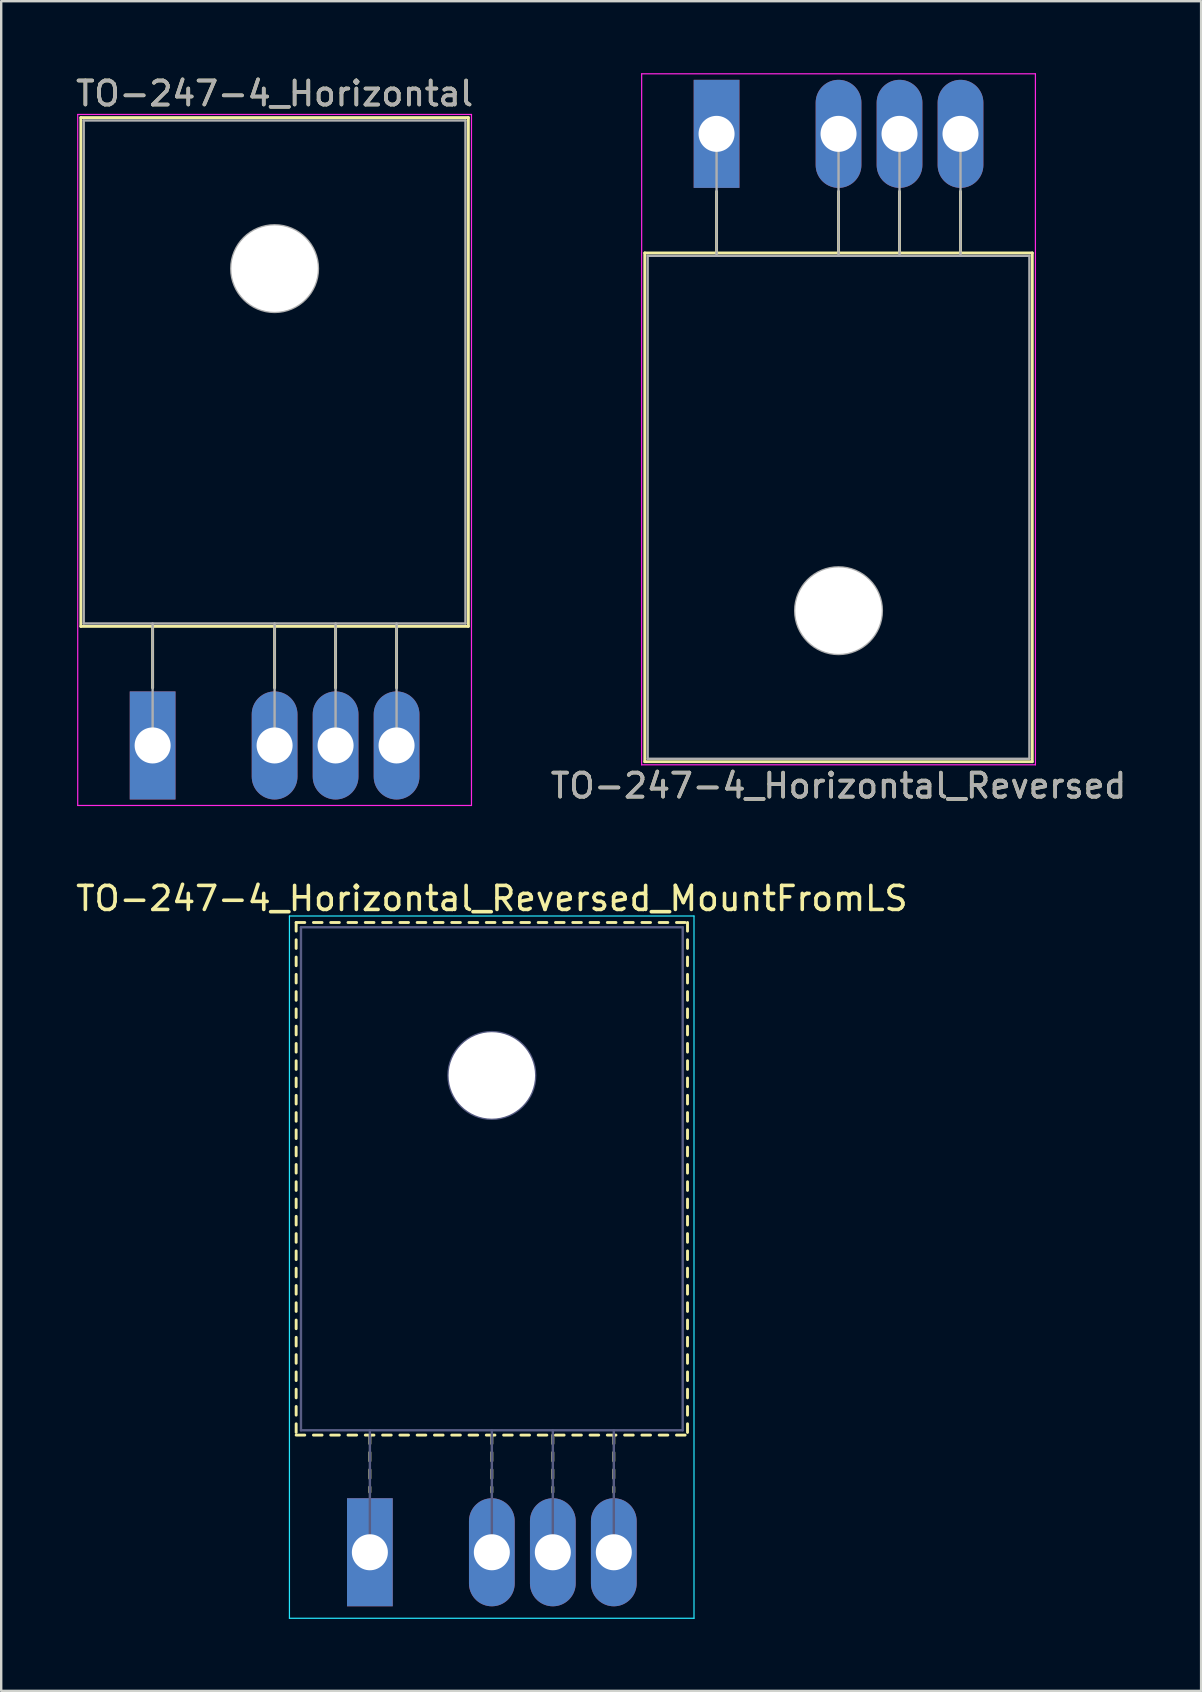
<source format=kicad_pcb>
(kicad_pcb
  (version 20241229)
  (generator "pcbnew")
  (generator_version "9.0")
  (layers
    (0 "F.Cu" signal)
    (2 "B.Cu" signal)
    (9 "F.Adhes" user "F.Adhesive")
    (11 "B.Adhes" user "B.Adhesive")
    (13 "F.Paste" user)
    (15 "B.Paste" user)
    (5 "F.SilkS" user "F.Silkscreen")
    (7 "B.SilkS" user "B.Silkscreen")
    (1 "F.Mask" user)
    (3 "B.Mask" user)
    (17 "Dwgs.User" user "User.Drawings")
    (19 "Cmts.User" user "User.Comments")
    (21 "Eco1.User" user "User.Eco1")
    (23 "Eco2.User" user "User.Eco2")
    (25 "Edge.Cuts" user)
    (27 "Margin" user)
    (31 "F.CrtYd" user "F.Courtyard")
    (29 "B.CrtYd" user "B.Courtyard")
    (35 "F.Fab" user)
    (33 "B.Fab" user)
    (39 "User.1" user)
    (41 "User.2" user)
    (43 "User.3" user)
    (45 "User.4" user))
  (footprint "TO-247-4_Horizontal"
    (layer "F.Cu")
    (at 3.307 27.998)
    (property "Reference" "TO-247-4_Horizontal" (at 5.08 -27.15 0) (layer "F.SilkS") (effects (font (size 1 1) (thickness 0.15))))
    (attr through_hole)
    (fp_line (start -2.99 -26.15) (end -2.99 -4.96) (stroke (width 0.12) (type solid)) (layer "F.SilkS"))
    (fp_line (start -2.99 -26.15) (end 13.15 -26.15) (stroke (width 0.12) (type solid)) (layer "F.SilkS"))
    (fp_line (start -2.99 -4.96) (end 13.15 -4.96) (stroke (width 0.12) (type solid)) (layer "F.SilkS"))
    (fp_line (start 0 -4.96) (end 0 -2.4) (stroke (width 0.12) (type solid)) (layer "F.SilkS"))
    (fp_line (start 5.08 -4.96) (end 5.08 -2.4) (stroke (width 0.12) (type solid)) (layer "F.SilkS"))
    (fp_line (start 7.62 -4.96) (end 7.62 -2.4) (stroke (width 0.12) (type solid)) (layer "F.SilkS"))
    (fp_line (start 10.16 -4.96) (end 10.16 -2.4) (stroke (width 0.12) (type solid)) (layer "F.SilkS"))
    (fp_line (start 13.15 -26.15) (end 13.15 -4.96) (stroke (width 0.12) (type solid)) (layer "F.SilkS"))
    (fp_line (start -3.12 -26.28) (end -3.12 2.5) (stroke (width 0.05) (type solid)) (layer "F.CrtYd"))
    (fp_line (start -3.12 2.5) (end 13.28 2.5) (stroke (width 0.05) (type solid)) (layer "F.CrtYd"))
    (fp_line (start 13.28 -26.28) (end -3.12 -26.28) (stroke (width 0.05) (type solid)) (layer "F.CrtYd"))
    (fp_line (start 13.28 2.5) (end 13.28 -26.28) (stroke (width 0.05) (type solid)) (layer "F.CrtYd"))
    (fp_line (start -2.87 -26.03) (end 13.03 -26.03) (stroke (width 0.1) (type solid)) (layer "F.Fab"))
    (fp_line (start -2.87 -5.08) (end -2.87 -26.03) (stroke (width 0.1) (type solid)) (layer "F.Fab"))
    (fp_line (start 0 -5.08) (end 0 0) (stroke (width 0.1) (type solid)) (layer "F.Fab"))
    (fp_line (start 5.08 -5.08) (end 5.08 0) (stroke (width 0.1) (type solid)) (layer "F.Fab"))
    (fp_line (start 7.62 -5.08) (end 7.62 0) (stroke (width 0.1) (type solid)) (layer "F.Fab"))
    (fp_line (start 10.16 -5.08) (end 10.16 0) (stroke (width 0.1) (type solid)) (layer "F.Fab"))
    (fp_line (start 13.03 -26.03) (end 13.03 -5.08) (stroke (width 0.1) (type solid)) (layer "F.Fab"))
    (fp_line (start 13.03 -5.08) (end -2.87 -5.08) (stroke (width 0.1) (type solid)) (layer "F.Fab"))
    (fp_circle (center 5.08 -19.86) (end 6.885 -19.86) (stroke (width 0.1) (type solid)) (fill no) (layer "F.Fab"))
    (fp_text user "${REFERENCE}" (at 5.08 -27.15 0) (layer "F.Fab") (effects (font (size 1 1) (thickness 0.15))))
    (pad "" np_thru_hole oval (at 5.08 -19.86) (size 3.6 3.6) (drill 3.6) (layers "*.Cu" "*.Mask"))
    (pad "1" thru_hole rect (at 0 0) (size 1.905 4.5) (drill 1.5) (layers "*.Cu" "*.Mask"))
    (pad "2" thru_hole oval (at 5.08 0) (size 1.905 4.5) (drill 1.5) (layers "*.Cu" "*.Mask"))
    (pad "3" thru_hole oval (at 7.62 0) (size 1.905 4.5) (drill 1.5) (layers "*.Cu" "*.Mask"))
    (pad "4" thru_hole oval (at 10.16 0) (size 1.905 4.5) (drill 1.5) (layers "*.Cu" "*.Mask")))
  (footprint "TO-247-4_Horizontal_Reversed_MountFromLS"
    (layer "F.Cu")
    (at 12.355 61.602)
    (property "Reference" "TO-247-4_Horizontal_Reversed_MountFromLS" (at 5.08 -27.23 0) (layer "F.SilkS") (effects (font (size 1 1) (thickness 0.15))))
    (attr through_hole)
    (fp_line (start -3.07 -26.23) (end -3.07 -25.87) (stroke (width 0.12) (type solid)) (layer "F.SilkS"))
    (fp_line (start -3.07 -26.23) (end -2.711 -26.23) (stroke (width 0.12) (type solid)) (layer "F.SilkS"))
    (fp_line (start -3.07 -25.51) (end -3.07 -25.15) (stroke (width 0.12) (type solid)) (layer "F.SilkS"))
    (fp_line (start -3.07 -24.79) (end -3.07 -24.43) (stroke (width 0.12) (type solid)) (layer "F.SilkS"))
    (fp_line (start -3.07 -24.07) (end -3.07 -23.71) (stroke (width 0.12) (type solid)) (layer "F.SilkS"))
    (fp_line (start -3.07 -23.35) (end -3.07 -22.99) (stroke (width 0.12) (type solid)) (layer "F.SilkS"))
    (fp_line (start -3.07 -22.631) (end -3.07 -22.271) (stroke (width 0.12) (type solid)) (layer "F.SilkS"))
    (fp_line (start -3.07 -21.911) (end -3.07 -21.551) (stroke (width 0.12) (type solid)) (layer "F.SilkS"))
    (fp_line (start -3.07 -21.191) (end -3.07 -20.831) (stroke (width 0.12) (type solid)) (layer "F.SilkS"))
    (fp_line (start -3.07 -20.471) (end -3.07 -20.111) (stroke (width 0.12) (type solid)) (layer "F.SilkS"))
    (fp_line (start -3.07 -19.751) (end -3.07 -19.391) (stroke (width 0.12) (type solid)) (layer "F.SilkS"))
    (fp_line (start -3.07 -19.031) (end -3.07 -18.671) (stroke (width 0.12) (type solid)) (layer "F.SilkS"))
    (fp_line (start -3.07 -18.311) (end -3.07 -17.951) (stroke (width 0.12) (type solid)) (layer "F.SilkS"))
    (fp_line (start -3.07 -17.591) (end -3.07 -17.231) (stroke (width 0.12) (type solid)) (layer "F.SilkS"))
    (fp_line (start -3.07 -16.871) (end -3.07 -16.511) (stroke (width 0.12) (type solid)) (layer "F.SilkS"))
    (fp_line (start -3.07 -16.151) (end -3.07 -15.791) (stroke (width 0.12) (type solid)) (layer "F.SilkS"))
    (fp_line (start -3.07 -15.431) (end -3.07 -15.071) (stroke (width 0.12) (type solid)) (layer "F.SilkS"))
    (fp_line (start -3.07 -14.711) (end -3.07 -14.351) (stroke (width 0.12) (type solid)) (layer "F.SilkS"))
    (fp_line (start -3.07 -13.991) (end -3.07 -13.631) (stroke (width 0.12) (type solid)) (layer "F.SilkS"))
    (fp_line (start -3.07 -13.271) (end -3.07 -12.911) (stroke (width 0.12) (type solid)) (layer "F.SilkS"))
    (fp_line (start -3.07 -12.551) (end -3.07 -12.191) (stroke (width 0.12) (type solid)) (layer "F.SilkS"))
    (fp_line (start -3.07 -11.831) (end -3.07 -11.471) (stroke (width 0.12) (type solid)) (layer "F.SilkS"))
    (fp_line (start -3.07 -11.111) (end -3.07 -10.751) (stroke (width 0.12) (type solid)) (layer "F.SilkS"))
    (fp_line (start -3.07 -10.391) (end -3.07 -10.031) (stroke (width 0.12) (type solid)) (layer "F.SilkS"))
    (fp_line (start -3.07 -9.671) (end -3.07 -9.311) (stroke (width 0.12) (type solid)) (layer "F.SilkS"))
    (fp_line (start -3.07 -8.951) (end -3.07 -8.591) (stroke (width 0.12) (type solid)) (layer "F.SilkS"))
    (fp_line (start -3.07 -8.231) (end -3.07 -7.871) (stroke (width 0.12) (type solid)) (layer "F.SilkS"))
    (fp_line (start -3.07 -7.511) (end -3.07 -7.151) (stroke (width 0.12) (type solid)) (layer "F.SilkS"))
    (fp_line (start -3.07 -6.791) (end -3.07 -6.431) (stroke (width 0.12) (type solid)) (layer "F.SilkS"))
    (fp_line (start -3.07 -6.071) (end -3.07 -5.711) (stroke (width 0.12) (type solid)) (layer "F.SilkS"))
    (fp_line (start -3.07 -5.351) (end -3.07 -4.991) (stroke (width 0.12) (type solid)) (layer "F.SilkS"))
    (fp_line (start -3.07 -4.88) (end -2.711 -4.88) (stroke (width 0.12) (type solid)) (layer "F.SilkS"))
    (fp_line (start -2.351 -26.23) (end -1.991 -26.23) (stroke (width 0.12) (type solid)) (layer "F.SilkS"))
    (fp_line (start -2.351 -4.88) (end -1.991 -4.88) (stroke (width 0.12) (type solid)) (layer "F.SilkS"))
    (fp_line (start -1.631 -26.23) (end -1.271 -26.23) (stroke (width 0.12) (type solid)) (layer "F.SilkS"))
    (fp_line (start -1.631 -4.88) (end -1.271 -4.88) (stroke (width 0.12) (type solid)) (layer "F.SilkS"))
    (fp_line (start -0.911 -26.23) (end -0.551 -26.23) (stroke (width 0.12) (type solid)) (layer "F.SilkS"))
    (fp_line (start -0.911 -4.88) (end -0.551 -4.88) (stroke (width 0.12) (type solid)) (layer "F.SilkS"))
    (fp_line (start -0.191 -26.23) (end 0.17 -26.23) (stroke (width 0.12) (type solid)) (layer "F.SilkS"))
    (fp_line (start -0.191 -4.88) (end 0.17 -4.88) (stroke (width 0.12) (type solid)) (layer "F.SilkS"))
    (fp_line (start 0 -4.88) (end 0 -4.52) (stroke (width 0.12) (type solid)) (layer "F.SilkS"))
    (fp_line (start 0 -4.16) (end 0 -3.8) (stroke (width 0.12) (type solid)) (layer "F.SilkS"))
    (fp_line (start 0 -3.44) (end 0 -3.08) (stroke (width 0.12) (type solid)) (layer "F.SilkS"))
    (fp_line (start 0 -2.72) (end 0 -2.5) (stroke (width 0.12) (type solid)) (layer "F.SilkS"))
    (fp_line (start 0.53 -26.23) (end 0.89 -26.23) (stroke (width 0.12) (type solid)) (layer "F.SilkS"))
    (fp_line (start 0.53 -4.88) (end 0.89 -4.88) (stroke (width 0.12) (type solid)) (layer "F.SilkS"))
    (fp_line (start 1.25 -26.23) (end 1.61 -26.23) (stroke (width 0.12) (type solid)) (layer "F.SilkS"))
    (fp_line (start 1.25 -4.88) (end 1.61 -4.88) (stroke (width 0.12) (type solid)) (layer "F.SilkS"))
    (fp_line (start 1.97 -26.23) (end 2.33 -26.23) (stroke (width 0.12) (type solid)) (layer "F.SilkS"))
    (fp_line (start 1.97 -4.88) (end 2.33 -4.88) (stroke (width 0.12) (type solid)) (layer "F.SilkS"))
    (fp_line (start 2.69 -26.23) (end 3.05 -26.23) (stroke (width 0.12) (type solid)) (layer "F.SilkS"))
    (fp_line (start 2.69 -4.88) (end 3.05 -4.88) (stroke (width 0.12) (type solid)) (layer "F.SilkS"))
    (fp_line (start 3.41 -26.23) (end 3.77 -26.23) (stroke (width 0.12) (type solid)) (layer "F.SilkS"))
    (fp_line (start 3.41 -4.88) (end 3.77 -4.88) (stroke (width 0.12) (type solid)) (layer "F.SilkS"))
    (fp_line (start 4.13 -26.23) (end 4.49 -26.23) (stroke (width 0.12) (type solid)) (layer "F.SilkS"))
    (fp_line (start 4.13 -4.88) (end 4.49 -4.88) (stroke (width 0.12) (type solid)) (layer "F.SilkS"))
    (fp_line (start 4.85 -26.23) (end 5.21 -26.23) (stroke (width 0.12) (type solid)) (layer "F.SilkS"))
    (fp_line (start 4.85 -4.88) (end 5.21 -4.88) (stroke (width 0.12) (type solid)) (layer "F.SilkS"))
    (fp_line (start 5.08 -4.88) (end 5.08 -4.52) (stroke (width 0.12) (type solid)) (layer "F.SilkS"))
    (fp_line (start 5.08 -4.16) (end 5.08 -3.8) (stroke (width 0.12) (type solid)) (layer "F.SilkS"))
    (fp_line (start 5.08 -3.44) (end 5.08 -3.08) (stroke (width 0.12) (type solid)) (layer "F.SilkS"))
    (fp_line (start 5.08 -2.72) (end 5.08 -2.5) (stroke (width 0.12) (type solid)) (layer "F.SilkS"))
    (fp_line (start 5.57 -26.23) (end 5.93 -26.23) (stroke (width 0.12) (type solid)) (layer "F.SilkS"))
    (fp_line (start 5.57 -4.88) (end 5.93 -4.88) (stroke (width 0.12) (type solid)) (layer "F.SilkS"))
    (fp_line (start 6.29 -26.23) (end 6.65 -26.23) (stroke (width 0.12) (type solid)) (layer "F.SilkS"))
    (fp_line (start 6.29 -4.88) (end 6.65 -4.88) (stroke (width 0.12) (type solid)) (layer "F.SilkS"))
    (fp_line (start 7.011 -26.23) (end 7.371 -26.23) (stroke (width 0.12) (type solid)) (layer "F.SilkS"))
    (fp_line (start 7.011 -4.88) (end 7.371 -4.88) (stroke (width 0.12) (type solid)) (layer "F.SilkS"))
    (fp_line (start 7.62 -4.88) (end 7.62 -4.52) (stroke (width 0.12) (type solid)) (layer "F.SilkS"))
    (fp_line (start 7.62 -4.16) (end 7.62 -3.8) (stroke (width 0.12) (type solid)) (layer "F.SilkS"))
    (fp_line (start 7.62 -3.44) (end 7.62 -3.08) (stroke (width 0.12) (type solid)) (layer "F.SilkS"))
    (fp_line (start 7.62 -2.72) (end 7.62 -2.5) (stroke (width 0.12) (type solid)) (layer "F.SilkS"))
    (fp_line (start 7.731 -26.23) (end 8.091 -26.23) (stroke (width 0.12) (type solid)) (layer "F.SilkS"))
    (fp_line (start 7.731 -4.88) (end 8.091 -4.88) (stroke (width 0.12) (type solid)) (layer "F.SilkS"))
    (fp_line (start 8.45 -26.23) (end 8.81 -26.23) (stroke (width 0.12) (type solid)) (layer "F.SilkS"))
    (fp_line (start 8.45 -4.88) (end 8.81 -4.88) (stroke (width 0.12) (type solid)) (layer "F.SilkS"))
    (fp_line (start 9.17 -26.23) (end 9.53 -26.23) (stroke (width 0.12) (type solid)) (layer "F.SilkS"))
    (fp_line (start 9.17 -4.88) (end 9.53 -4.88) (stroke (width 0.12) (type solid)) (layer "F.SilkS"))
    (fp_line (start 9.89 -26.23) (end 10.25 -26.23) (stroke (width 0.12) (type solid)) (layer "F.SilkS"))
    (fp_line (start 9.89 -4.88) (end 10.25 -4.88) (stroke (width 0.12) (type solid)) (layer "F.SilkS"))
    (fp_line (start 10.16 -4.88) (end 10.16 -4.52) (stroke (width 0.12) (type solid)) (layer "F.SilkS"))
    (fp_line (start 10.16 -4.16) (end 10.16 -3.8) (stroke (width 0.12) (type solid)) (layer "F.SilkS"))
    (fp_line (start 10.16 -3.44) (end 10.16 -3.08) (stroke (width 0.12) (type solid)) (layer "F.SilkS"))
    (fp_line (start 10.16 -2.72) (end 10.16 -2.5) (stroke (width 0.12) (type solid)) (layer "F.SilkS"))
    (fp_line (start 10.61 -26.23) (end 10.97 -26.23) (stroke (width 0.12) (type solid)) (layer "F.SilkS"))
    (fp_line (start 10.61 -4.88) (end 10.97 -4.88) (stroke (width 0.12) (type solid)) (layer "F.SilkS"))
    (fp_line (start 11.33 -26.23) (end 11.69 -26.23) (stroke (width 0.12) (type solid)) (layer "F.SilkS"))
    (fp_line (start 11.33 -4.88) (end 11.69 -4.88) (stroke (width 0.12) (type solid)) (layer "F.SilkS"))
    (fp_line (start 12.05 -26.23) (end 12.41 -26.23) (stroke (width 0.12) (type solid)) (layer "F.SilkS"))
    (fp_line (start 12.05 -4.88) (end 12.41 -4.88) (stroke (width 0.12) (type solid)) (layer "F.SilkS"))
    (fp_line (start 12.77 -26.23) (end 13.13 -26.23) (stroke (width 0.12) (type solid)) (layer "F.SilkS"))
    (fp_line (start 12.77 -4.88) (end 13.13 -4.88) (stroke (width 0.12) (type solid)) (layer "F.SilkS"))
    (fp_line (start 13.23 -26.23) (end 13.23 -25.87) (stroke (width 0.12) (type solid)) (layer "F.SilkS"))
    (fp_line (start 13.23 -25.51) (end 13.23 -25.15) (stroke (width 0.12) (type solid)) (layer "F.SilkS"))
    (fp_line (start 13.23 -24.79) (end 13.23 -24.43) (stroke (width 0.12) (type solid)) (layer "F.SilkS"))
    (fp_line (start 13.23 -24.07) (end 13.23 -23.71) (stroke (width 0.12) (type solid)) (layer "F.SilkS"))
    (fp_line (start 13.23 -23.35) (end 13.23 -22.99) (stroke (width 0.12) (type solid)) (layer "F.SilkS"))
    (fp_line (start 13.23 -22.631) (end 13.23 -22.271) (stroke (width 0.12) (type solid)) (layer "F.SilkS"))
    (fp_line (start 13.23 -21.911) (end 13.23 -21.551) (stroke (width 0.12) (type solid)) (layer "F.SilkS"))
    (fp_line (start 13.23 -21.191) (end 13.23 -20.831) (stroke (width 0.12) (type solid)) (layer "F.SilkS"))
    (fp_line (start 13.23 -20.471) (end 13.23 -20.111) (stroke (width 0.12) (type solid)) (layer "F.SilkS"))
    (fp_line (start 13.23 -19.751) (end 13.23 -19.391) (stroke (width 0.12) (type solid)) (layer "F.SilkS"))
    (fp_line (start 13.23 -19.031) (end 13.23 -18.671) (stroke (width 0.12) (type solid)) (layer "F.SilkS"))
    (fp_line (start 13.23 -18.311) (end 13.23 -17.951) (stroke (width 0.12) (type solid)) (layer "F.SilkS"))
    (fp_line (start 13.23 -17.591) (end 13.23 -17.231) (stroke (width 0.12) (type solid)) (layer "F.SilkS"))
    (fp_line (start 13.23 -16.871) (end 13.23 -16.511) (stroke (width 0.12) (type solid)) (layer "F.SilkS"))
    (fp_line (start 13.23 -16.151) (end 13.23 -15.791) (stroke (width 0.12) (type solid)) (layer "F.SilkS"))
    (fp_line (start 13.23 -15.431) (end 13.23 -15.071) (stroke (width 0.12) (type solid)) (layer "F.SilkS"))
    (fp_line (start 13.23 -14.711) (end 13.23 -14.351) (stroke (width 0.12) (type solid)) (layer "F.SilkS"))
    (fp_line (start 13.23 -13.991) (end 13.23 -13.631) (stroke (width 0.12) (type solid)) (layer "F.SilkS"))
    (fp_line (start 13.23 -13.271) (end 13.23 -12.911) (stroke (width 0.12) (type solid)) (layer "F.SilkS"))
    (fp_line (start 13.23 -12.551) (end 13.23 -12.191) (stroke (width 0.12) (type solid)) (layer "F.SilkS"))
    (fp_line (start 13.23 -11.831) (end 13.23 -11.471) (stroke (width 0.12) (type solid)) (layer "F.SilkS"))
    (fp_line (start 13.23 -11.111) (end 13.23 -10.751) (stroke (width 0.12) (type solid)) (layer "F.SilkS"))
    (fp_line (start 13.23 -10.391) (end 13.23 -10.031) (stroke (width 0.12) (type solid)) (layer "F.SilkS"))
    (fp_line (start 13.23 -9.671) (end 13.23 -9.311) (stroke (width 0.12) (type solid)) (layer "F.SilkS"))
    (fp_line (start 13.23 -8.951) (end 13.23 -8.591) (stroke (width 0.12) (type solid)) (layer "F.SilkS"))
    (fp_line (start 13.23 -8.231) (end 13.23 -7.871) (stroke (width 0.12) (type solid)) (layer "F.SilkS"))
    (fp_line (start 13.23 -7.511) (end 13.23 -7.151) (stroke (width 0.12) (type solid)) (layer "F.SilkS"))
    (fp_line (start 13.23 -6.791) (end 13.23 -6.431) (stroke (width 0.12) (type solid)) (layer "F.SilkS"))
    (fp_line (start 13.23 -6.071) (end 13.23 -5.711) (stroke (width 0.12) (type solid)) (layer "F.SilkS"))
    (fp_line (start 13.23 -5.351) (end 13.23 -4.991) (stroke (width 0.12) (type solid)) (layer "F.SilkS"))
    (fp_line (start -3.35 -26.5) (end -3.35 2.75) (stroke (width 0.05) (type solid)) (layer "B.CrtYd"))
    (fp_line (start -3.35 2.75) (end 13.5 2.75) (stroke (width 0.05) (type solid)) (layer "B.CrtYd"))
    (fp_line (start 13.5 -26.5) (end -3.35 -26.5) (stroke (width 0.05) (type solid)) (layer "B.CrtYd"))
    (fp_line (start 13.5 2.75) (end 13.5 -26.5) (stroke (width 0.05) (type solid)) (layer "B.CrtYd"))
    (fp_line (start -2.87 -26.03) (end 13.03 -26.03) (stroke (width 0.1) (type solid)) (layer "B.Fab"))
    (fp_line (start -2.87 -5.08) (end -2.87 -26.03) (stroke (width 0.1) (type solid)) (layer "B.Fab"))
    (fp_line (start 0 -5.08) (end 0 0) (stroke (width 0.1) (type solid)) (layer "B.Fab"))
    (fp_line (start 5.08 -5.08) (end 5.08 0) (stroke (width 0.1) (type solid)) (layer "B.Fab"))
    (fp_line (start 7.62 -5.08) (end 7.62 0) (stroke (width 0.1) (type solid)) (layer "B.Fab"))
    (fp_line (start 10.16 -5.08) (end 10.16 0) (stroke (width 0.1) (type solid)) (layer "B.Fab"))
    (fp_line (start 13.03 -26.03) (end 13.03 -5.08) (stroke (width 0.1) (type solid)) (layer "B.Fab"))
    (fp_line (start 13.03 -5.08) (end -2.87 -5.08) (stroke (width 0.1) (type solid)) (layer "B.Fab"))
    (fp_circle (center 5.08 -19.86) (end 6.885 -19.86) (stroke (width 0.1) (type solid)) (fill no) (layer "B.Fab"))
    (pad "" np_thru_hole oval (at 5.08 -19.86) (size 3.6 3.6) (drill 3.6) (layers "*.Cu" "*.Mask"))
    (pad "1" thru_hole rect (at 0 0) (size 1.905 4.5) (drill 1.5) (layers "*.Cu" "*.Mask"))
    (pad "2" thru_hole oval (at 5.08 0) (size 1.905 4.5) (drill 1.5) (layers "*.Cu" "*.Mask"))
    (pad "3" thru_hole oval (at 7.62 0) (size 1.905 4.5) (drill 1.5) (layers "*.Cu" "*.Mask"))
    (pad "4" thru_hole oval (at 10.16 0) (size 1.905 4.5) (drill 1.5) (layers "*.Cu" "*.Mask")))
  (footprint "TO-247-4_Horizontal_Reversed"
    (layer "F.Cu")
    (at 26.795 2.525)
    (property "Reference" "TO-247-4_Horizontal_Reversed" (at 5.08 27.15 0) (layer "F.SilkS") (effects (font (size 1 1) (thickness 0.15))))
    (attr through_hole)
    (fp_line (start -2.99 4.96) (end -2.99 26.15) (stroke (width 0.12) (type solid)) (layer "F.SilkS"))
    (fp_line (start -2.99 4.96) (end 13.15 4.96) (stroke (width 0.12) (type solid)) (layer "F.SilkS"))
    (fp_line (start -2.99 26.15) (end 13.15 26.15) (stroke (width 0.12) (type solid)) (layer "F.SilkS"))
    (fp_line (start 0 2.4) (end 0 4.96) (stroke (width 0.12) (type solid)) (layer "F.SilkS"))
    (fp_line (start 5.08 2.4) (end 5.08 4.96) (stroke (width 0.12) (type solid)) (layer "F.SilkS"))
    (fp_line (start 7.62 2.4) (end 7.62 4.96) (stroke (width 0.12) (type solid)) (layer "F.SilkS"))
    (fp_line (start 10.16 2.4) (end 10.16 4.96) (stroke (width 0.12) (type solid)) (layer "F.SilkS"))
    (fp_line (start 13.15 4.96) (end 13.15 26.15) (stroke (width 0.12) (type solid)) (layer "F.SilkS"))
    (fp_line (start -3.12 -2.5) (end -3.12 26.28) (stroke (width 0.05) (type solid)) (layer "F.CrtYd"))
    (fp_line (start -3.12 26.28) (end 13.28 26.28) (stroke (width 0.05) (type solid)) (layer "F.CrtYd"))
    (fp_line (start 13.28 -2.5) (end -3.12 -2.5) (stroke (width 0.05) (type solid)) (layer "F.CrtYd"))
    (fp_line (start 13.28 26.28) (end 13.28 -2.5) (stroke (width 0.05) (type solid)) (layer "F.CrtYd"))
    (fp_line (start -2.87 5.08) (end -2.87 26.03) (stroke (width 0.1) (type solid)) (layer "F.Fab"))
    (fp_line (start -2.87 26.03) (end 13.03 26.03) (stroke (width 0.1) (type solid)) (layer "F.Fab"))
    (fp_line (start 0 5.08) (end 0 0) (stroke (width 0.1) (type solid)) (layer "F.Fab"))
    (fp_line (start 5.08 5.08) (end 5.08 0) (stroke (width 0.1) (type solid)) (layer "F.Fab"))
    (fp_line (start 7.62 5.08) (end 7.62 0) (stroke (width 0.1) (type solid)) (layer "F.Fab"))
    (fp_line (start 10.16 5.08) (end 10.16 0) (stroke (width 0.1) (type solid)) (layer "F.Fab"))
    (fp_line (start 13.03 5.08) (end -2.87 5.08) (stroke (width 0.1) (type solid)) (layer "F.Fab"))
    (fp_line (start 13.03 26.03) (end 13.03 5.08) (stroke (width 0.1) (type solid)) (layer "F.Fab"))
    (fp_circle (center 5.08 19.86) (end 6.885 19.86) (stroke (width 0.1) (type solid)) (fill no) (layer "F.Fab"))
    (fp_text user "${REFERENCE}" (at 5.08 27.15 0) (layer "F.Fab") (effects (font (size 1 1) (thickness 0.15))))
    (pad "" np_thru_hole oval (at 5.08 19.86) (size 3.6 3.6) (drill 3.6) (layers "*.Cu" "*.Mask"))
    (pad "1" thru_hole rect (at 0 0) (size 1.905 4.5) (drill 1.5) (layers "*.Cu" "*.Mask"))
    (pad "2" thru_hole oval (at 5.08 0) (size 1.905 4.5) (drill 1.5) (layers "*.Cu" "*.Mask"))
    (pad "3" thru_hole oval (at 7.62 0) (size 1.905 4.5) (drill 1.5) (layers "*.Cu" "*.Mask"))
    (pad "4" thru_hole oval (at 10.16 0) (size 1.905 4.5) (drill 1.5) (layers "*.Cu" "*.Mask")))
  (gr_rect
    (start -3 -3)
    (end 46.976 67.376)
    (stroke (width 0.1) (type default))
    (fill no)
    (layer "Edge.Cuts")))
</source>
